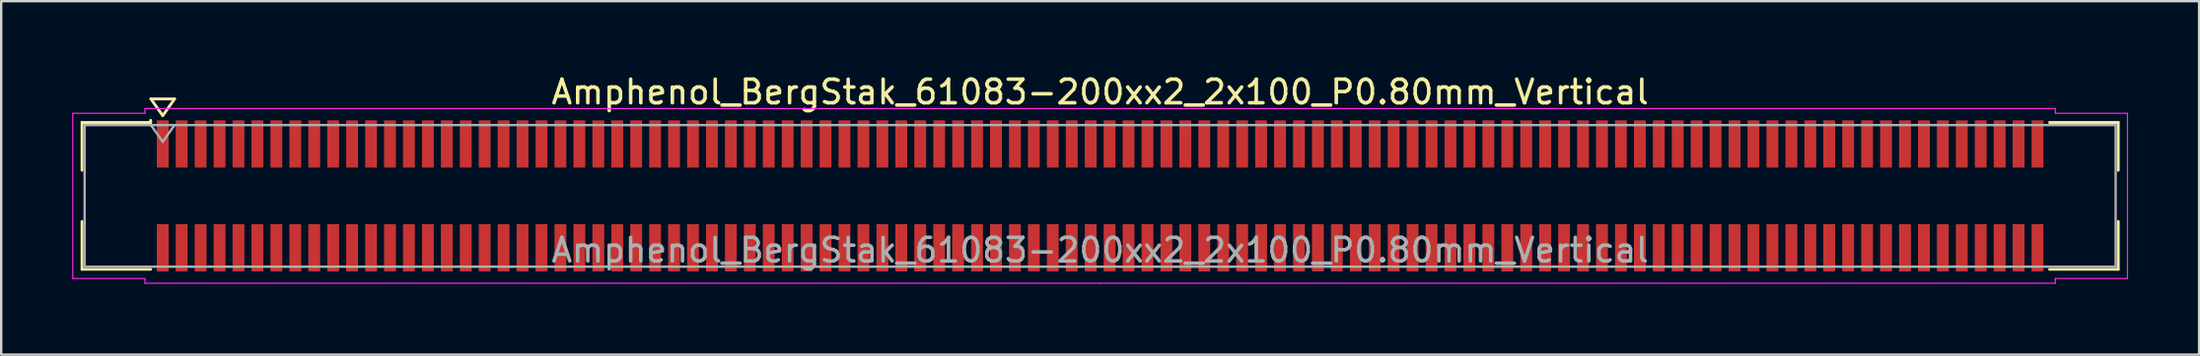
<source format=kicad_pcb>
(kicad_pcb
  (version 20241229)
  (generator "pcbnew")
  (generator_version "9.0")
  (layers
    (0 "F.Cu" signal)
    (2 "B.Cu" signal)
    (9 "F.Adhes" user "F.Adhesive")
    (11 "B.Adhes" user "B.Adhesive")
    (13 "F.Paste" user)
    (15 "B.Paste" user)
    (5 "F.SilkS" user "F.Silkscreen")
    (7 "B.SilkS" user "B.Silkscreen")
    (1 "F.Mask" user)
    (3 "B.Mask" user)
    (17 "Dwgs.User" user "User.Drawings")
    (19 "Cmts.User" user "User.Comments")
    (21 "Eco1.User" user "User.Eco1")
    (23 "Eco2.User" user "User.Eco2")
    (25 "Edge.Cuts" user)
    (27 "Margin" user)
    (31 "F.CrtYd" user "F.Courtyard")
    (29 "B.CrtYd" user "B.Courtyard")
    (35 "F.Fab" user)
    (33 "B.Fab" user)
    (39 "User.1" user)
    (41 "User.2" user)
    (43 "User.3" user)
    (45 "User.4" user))
  (footprint "Amphenol_BergStak_61083-200xx2_2x100_P0.80mm_Vertical"
    (layer "F.Cu")
    (at 43.425 5.248)
    (property "Reference" "Amphenol_BergStak_61083-200xx2_2x100_P0.80mm_Vertical" (at 0 -4.4 0) (layer "F.SilkS") (effects (font (size 1 1) (thickness 0.15))))
    (attr smd)
    (fp_line (start -43.01 -3.11) (end -40.11 -3.11) (stroke (width 0.12) (type solid)) (layer "F.SilkS"))
    (fp_line (start -43.01 -1.085) (end -43.01 -3.11) (stroke (width 0.12) (type solid)) (layer "F.SilkS"))
    (fp_line (start -43.01 1.085) (end -43.01 3.11) (stroke (width 0.12) (type solid)) (layer "F.SilkS"))
    (fp_line (start -43.01 3.11) (end -40.11 3.11) (stroke (width 0.12) (type solid)) (layer "F.SilkS"))
    (fp_line (start -40.11 -3.11) (end -40.11 -3.2) (stroke (width 0.12) (type solid)) (layer "F.SilkS"))
    (fp_line (start -40.1 -4.107) (end -39.6 -3.4) (stroke (width 0.12) (type solid)) (layer "F.SilkS"))
    (fp_line (start -39.6 -3.4) (end -39.1 -4.107) (stroke (width 0.12) (type solid)) (layer "F.SilkS"))
    (fp_line (start -39.1 -4.107) (end -40.1 -4.107) (stroke (width 0.12) (type solid)) (layer "F.SilkS"))
    (fp_line (start 43.01 -3.11) (end 40.11 -3.11) (stroke (width 0.12) (type solid)) (layer "F.SilkS"))
    (fp_line (start 43.01 -1.085) (end 43.01 -3.11) (stroke (width 0.12) (type solid)) (layer "F.SilkS"))
    (fp_line (start 43.01 1.085) (end 43.01 3.11) (stroke (width 0.12) (type solid)) (layer "F.SilkS"))
    (fp_line (start 43.01 3.11) (end 40.11 3.11) (stroke (width 0.12) (type solid)) (layer "F.SilkS"))
    (fp_line (start -43.4 -3.5) (end -43.4 3.5) (stroke (width 0.05) (type solid)) (layer "F.CrtYd"))
    (fp_line (start -43.4 3.5) (end -40.35 3.5) (stroke (width 0.05) (type solid)) (layer "F.CrtYd"))
    (fp_line (start -40.35 -3.7) (end -40.35 -3.5) (stroke (width 0.05) (type solid)) (layer "F.CrtYd"))
    (fp_line (start -40.35 -3.5) (end -43.4 -3.5) (stroke (width 0.05) (type solid)) (layer "F.CrtYd"))
    (fp_line (start -40.35 3.5) (end -40.35 3.7) (stroke (width 0.05) (type solid)) (layer "F.CrtYd"))
    (fp_line (start -40.35 3.7) (end 0 3.7) (stroke (width 0.05) (type solid)) (layer "F.CrtYd"))
    (fp_line (start 0 -3.7) (end -40.35 -3.7) (stroke (width 0.05) (type solid)) (layer "F.CrtYd"))
    (fp_line (start 0 -3.7) (end 40.35 -3.7) (stroke (width 0.05) (type solid)) (layer "F.CrtYd"))
    (fp_line (start 40.35 -3.7) (end 40.35 -3.5) (stroke (width 0.05) (type solid)) (layer "F.CrtYd"))
    (fp_line (start 40.35 -3.5) (end 43.4 -3.5) (stroke (width 0.05) (type solid)) (layer "F.CrtYd"))
    (fp_line (start 40.35 3.5) (end 40.35 3.7) (stroke (width 0.05) (type solid)) (layer "F.CrtYd"))
    (fp_line (start 40.35 3.7) (end 0 3.7) (stroke (width 0.05) (type solid)) (layer "F.CrtYd"))
    (fp_line (start 43.4 -3.5) (end 43.4 3.5) (stroke (width 0.05) (type solid)) (layer "F.CrtYd"))
    (fp_line (start 43.4 3.5) (end 40.35 3.5) (stroke (width 0.05) (type solid)) (layer "F.CrtYd"))
    (fp_line (start -42.9 -3) (end -42.9 3) (stroke (width 0.1) (type solid)) (layer "F.Fab"))
    (fp_line (start -42.9 3) (end 42.9 3) (stroke (width 0.1) (type solid)) (layer "F.Fab"))
    (fp_line (start -40.1 -3) (end -39.6 -2.293) (stroke (width 0.1) (type solid)) (layer "F.Fab"))
    (fp_line (start -39.6 -2.293) (end -39.1 -3) (stroke (width 0.1) (type solid)) (layer "F.Fab"))
    (fp_line (start 42.9 -3) (end -42.9 -3) (stroke (width 0.1) (type solid)) (layer "F.Fab"))
    (fp_line (start 42.9 3) (end 42.9 -3) (stroke (width 0.1) (type solid)) (layer "F.Fab"))
    (fp_text user "${REFERENCE}" (at 0 2.3 0) (layer "F.Fab") (effects (font (size 1 1) (thickness 0.15))))
    (pad "1" smd rect (at -39.6 -2.2) (size 0.5 2) (layers "F.Cu" "F.Mask" "F.Paste"))
    (pad "2" smd rect (at -39.6 2.2) (size 0.5 2) (layers "F.Cu" "F.Mask" "F.Paste"))
    (pad "3" smd rect (at -38.8 -2.2) (size 0.5 2) (layers "F.Cu" "F.Mask" "F.Paste"))
    (pad "4" smd rect (at -38.8 2.2) (size 0.5 2) (layers "F.Cu" "F.Mask" "F.Paste"))
    (pad "5" smd rect (at -38 -2.2) (size 0.5 2) (layers "F.Cu" "F.Mask" "F.Paste"))
    (pad "6" smd rect (at -38 2.2) (size 0.5 2) (layers "F.Cu" "F.Mask" "F.Paste"))
    (pad "7" smd rect (at -37.2 -2.2) (size 0.5 2) (layers "F.Cu" "F.Mask" "F.Paste"))
    (pad "8" smd rect (at -37.2 2.2) (size 0.5 2) (layers "F.Cu" "F.Mask" "F.Paste"))
    (pad "9" smd rect (at -36.4 -2.2) (size 0.5 2) (layers "F.Cu" "F.Mask" "F.Paste"))
    (pad "10" smd rect (at -36.4 2.2) (size 0.5 2) (layers "F.Cu" "F.Mask" "F.Paste"))
    (pad "11" smd rect (at -35.6 -2.2) (size 0.5 2) (layers "F.Cu" "F.Mask" "F.Paste"))
    (pad "12" smd rect (at -35.6 2.2) (size 0.5 2) (layers "F.Cu" "F.Mask" "F.Paste"))
    (pad "13" smd rect (at -34.8 -2.2) (size 0.5 2) (layers "F.Cu" "F.Mask" "F.Paste"))
    (pad "14" smd rect (at -34.8 2.2) (size 0.5 2) (layers "F.Cu" "F.Mask" "F.Paste"))
    (pad "15" smd rect (at -34 -2.2) (size 0.5 2) (layers "F.Cu" "F.Mask" "F.Paste"))
    (pad "16" smd rect (at -34 2.2) (size 0.5 2) (layers "F.Cu" "F.Mask" "F.Paste"))
    (pad "17" smd rect (at -33.2 -2.2) (size 0.5 2) (layers "F.Cu" "F.Mask" "F.Paste"))
    (pad "18" smd rect (at -33.2 2.2) (size 0.5 2) (layers "F.Cu" "F.Mask" "F.Paste"))
    (pad "19" smd rect (at -32.4 -2.2) (size 0.5 2) (layers "F.Cu" "F.Mask" "F.Paste"))
    (pad "20" smd rect (at -32.4 2.2) (size 0.5 2) (layers "F.Cu" "F.Mask" "F.Paste"))
    (pad "21" smd rect (at -31.6 -2.2) (size 0.5 2) (layers "F.Cu" "F.Mask" "F.Paste"))
    (pad "22" smd rect (at -31.6 2.2) (size 0.5 2) (layers "F.Cu" "F.Mask" "F.Paste"))
    (pad "23" smd rect (at -30.8 -2.2) (size 0.5 2) (layers "F.Cu" "F.Mask" "F.Paste"))
    (pad "24" smd rect (at -30.8 2.2) (size 0.5 2) (layers "F.Cu" "F.Mask" "F.Paste"))
    (pad "25" smd rect (at -30 -2.2) (size 0.5 2) (layers "F.Cu" "F.Mask" "F.Paste"))
    (pad "26" smd rect (at -30 2.2) (size 0.5 2) (layers "F.Cu" "F.Mask" "F.Paste"))
    (pad "27" smd rect (at -29.2 -2.2) (size 0.5 2) (layers "F.Cu" "F.Mask" "F.Paste"))
    (pad "28" smd rect (at -29.2 2.2) (size 0.5 2) (layers "F.Cu" "F.Mask" "F.Paste"))
    (pad "29" smd rect (at -28.4 -2.2) (size 0.5 2) (layers "F.Cu" "F.Mask" "F.Paste"))
    (pad "30" smd rect (at -28.4 2.2) (size 0.5 2) (layers "F.Cu" "F.Mask" "F.Paste"))
    (pad "31" smd rect (at -27.6 -2.2) (size 0.5 2) (layers "F.Cu" "F.Mask" "F.Paste"))
    (pad "32" smd rect (at -27.6 2.2) (size 0.5 2) (layers "F.Cu" "F.Mask" "F.Paste"))
    (pad "33" smd rect (at -26.8 -2.2) (size 0.5 2) (layers "F.Cu" "F.Mask" "F.Paste"))
    (pad "34" smd rect (at -26.8 2.2) (size 0.5 2) (layers "F.Cu" "F.Mask" "F.Paste"))
    (pad "35" smd rect (at -26 -2.2) (size 0.5 2) (layers "F.Cu" "F.Mask" "F.Paste"))
    (pad "36" smd rect (at -26 2.2) (size 0.5 2) (layers "F.Cu" "F.Mask" "F.Paste"))
    (pad "37" smd rect (at -25.2 -2.2) (size 0.5 2) (layers "F.Cu" "F.Mask" "F.Paste"))
    (pad "38" smd rect (at -25.2 2.2) (size 0.5 2) (layers "F.Cu" "F.Mask" "F.Paste"))
    (pad "39" smd rect (at -24.4 -2.2) (size 0.5 2) (layers "F.Cu" "F.Mask" "F.Paste"))
    (pad "40" smd rect (at -24.4 2.2) (size 0.5 2) (layers "F.Cu" "F.Mask" "F.Paste"))
    (pad "41" smd rect (at -23.6 -2.2) (size 0.5 2) (layers "F.Cu" "F.Mask" "F.Paste"))
    (pad "42" smd rect (at -23.6 2.2) (size 0.5 2) (layers "F.Cu" "F.Mask" "F.Paste"))
    (pad "43" smd rect (at -22.8 -2.2) (size 0.5 2) (layers "F.Cu" "F.Mask" "F.Paste"))
    (pad "44" smd rect (at -22.8 2.2) (size 0.5 2) (layers "F.Cu" "F.Mask" "F.Paste"))
    (pad "45" smd rect (at -22 -2.2) (size 0.5 2) (layers "F.Cu" "F.Mask" "F.Paste"))
    (pad "46" smd rect (at -22 2.2) (size 0.5 2) (layers "F.Cu" "F.Mask" "F.Paste"))
    (pad "47" smd rect (at -21.2 -2.2) (size 0.5 2) (layers "F.Cu" "F.Mask" "F.Paste"))
    (pad "48" smd rect (at -21.2 2.2) (size 0.5 2) (layers "F.Cu" "F.Mask" "F.Paste"))
    (pad "49" smd rect (at -20.4 -2.2) (size 0.5 2) (layers "F.Cu" "F.Mask" "F.Paste"))
    (pad "50" smd rect (at -20.4 2.2) (size 0.5 2) (layers "F.Cu" "F.Mask" "F.Paste"))
    (pad "51" smd rect (at -19.6 -2.2) (size 0.5 2) (layers "F.Cu" "F.Mask" "F.Paste"))
    (pad "52" smd rect (at -19.6 2.2) (size 0.5 2) (layers "F.Cu" "F.Mask" "F.Paste"))
    (pad "53" smd rect (at -18.8 -2.2) (size 0.5 2) (layers "F.Cu" "F.Mask" "F.Paste"))
    (pad "54" smd rect (at -18.8 2.2) (size 0.5 2) (layers "F.Cu" "F.Mask" "F.Paste"))
    (pad "55" smd rect (at -18 -2.2) (size 0.5 2) (layers "F.Cu" "F.Mask" "F.Paste"))
    (pad "56" smd rect (at -18 2.2) (size 0.5 2) (layers "F.Cu" "F.Mask" "F.Paste"))
    (pad "57" smd rect (at -17.2 -2.2) (size 0.5 2) (layers "F.Cu" "F.Mask" "F.Paste"))
    (pad "58" smd rect (at -17.2 2.2) (size 0.5 2) (layers "F.Cu" "F.Mask" "F.Paste"))
    (pad "59" smd rect (at -16.4 -2.2) (size 0.5 2) (layers "F.Cu" "F.Mask" "F.Paste"))
    (pad "60" smd rect (at -16.4 2.2) (size 0.5 2) (layers "F.Cu" "F.Mask" "F.Paste"))
    (pad "61" smd rect (at -15.6 -2.2) (size 0.5 2) (layers "F.Cu" "F.Mask" "F.Paste"))
    (pad "62" smd rect (at -15.6 2.2) (size 0.5 2) (layers "F.Cu" "F.Mask" "F.Paste"))
    (pad "63" smd rect (at -14.8 -2.2) (size 0.5 2) (layers "F.Cu" "F.Mask" "F.Paste"))
    (pad "64" smd rect (at -14.8 2.2) (size 0.5 2) (layers "F.Cu" "F.Mask" "F.Paste"))
    (pad "65" smd rect (at -14 -2.2) (size 0.5 2) (layers "F.Cu" "F.Mask" "F.Paste"))
    (pad "66" smd rect (at -14 2.2) (size 0.5 2) (layers "F.Cu" "F.Mask" "F.Paste"))
    (pad "67" smd rect (at -13.2 -2.2) (size 0.5 2) (layers "F.Cu" "F.Mask" "F.Paste"))
    (pad "68" smd rect (at -13.2 2.2) (size 0.5 2) (layers "F.Cu" "F.Mask" "F.Paste"))
    (pad "69" smd rect (at -12.4 -2.2) (size 0.5 2) (layers "F.Cu" "F.Mask" "F.Paste"))
    (pad "70" smd rect (at -12.4 2.2) (size 0.5 2) (layers "F.Cu" "F.Mask" "F.Paste"))
    (pad "71" smd rect (at -11.6 -2.2) (size 0.5 2) (layers "F.Cu" "F.Mask" "F.Paste"))
    (pad "72" smd rect (at -11.6 2.2) (size 0.5 2) (layers "F.Cu" "F.Mask" "F.Paste"))
    (pad "73" smd rect (at -10.8 -2.2) (size 0.5 2) (layers "F.Cu" "F.Mask" "F.Paste"))
    (pad "74" smd rect (at -10.8 2.2) (size 0.5 2) (layers "F.Cu" "F.Mask" "F.Paste"))
    (pad "75" smd rect (at -10 -2.2) (size 0.5 2) (layers "F.Cu" "F.Mask" "F.Paste"))
    (pad "76" smd rect (at -10 2.2) (size 0.5 2) (layers "F.Cu" "F.Mask" "F.Paste"))
    (pad "77" smd rect (at -9.2 -2.2) (size 0.5 2) (layers "F.Cu" "F.Mask" "F.Paste"))
    (pad "78" smd rect (at -9.2 2.2) (size 0.5 2) (layers "F.Cu" "F.Mask" "F.Paste"))
    (pad "79" smd rect (at -8.4 -2.2) (size 0.5 2) (layers "F.Cu" "F.Mask" "F.Paste"))
    (pad "80" smd rect (at -8.4 2.2) (size 0.5 2) (layers "F.Cu" "F.Mask" "F.Paste"))
    (pad "81" smd rect (at -7.6 -2.2) (size 0.5 2) (layers "F.Cu" "F.Mask" "F.Paste"))
    (pad "82" smd rect (at -7.6 2.2) (size 0.5 2) (layers "F.Cu" "F.Mask" "F.Paste"))
    (pad "83" smd rect (at -6.8 -2.2) (size 0.5 2) (layers "F.Cu" "F.Mask" "F.Paste"))
    (pad "84" smd rect (at -6.8 2.2) (size 0.5 2) (layers "F.Cu" "F.Mask" "F.Paste"))
    (pad "85" smd rect (at -6 -2.2) (size 0.5 2) (layers "F.Cu" "F.Mask" "F.Paste"))
    (pad "86" smd rect (at -6 2.2) (size 0.5 2) (layers "F.Cu" "F.Mask" "F.Paste"))
    (pad "87" smd rect (at -5.2 -2.2) (size 0.5 2) (layers "F.Cu" "F.Mask" "F.Paste"))
    (pad "88" smd rect (at -5.2 2.2) (size 0.5 2) (layers "F.Cu" "F.Mask" "F.Paste"))
    (pad "89" smd rect (at -4.4 -2.2) (size 0.5 2) (layers "F.Cu" "F.Mask" "F.Paste"))
    (pad "90" smd rect (at -4.4 2.2) (size 0.5 2) (layers "F.Cu" "F.Mask" "F.Paste"))
    (pad "91" smd rect (at -3.6 -2.2) (size 0.5 2) (layers "F.Cu" "F.Mask" "F.Paste"))
    (pad "92" smd rect (at -3.6 2.2) (size 0.5 2) (layers "F.Cu" "F.Mask" "F.Paste"))
    (pad "93" smd rect (at -2.8 -2.2) (size 0.5 2) (layers "F.Cu" "F.Mask" "F.Paste"))
    (pad "94" smd rect (at -2.8 2.2) (size 0.5 2) (layers "F.Cu" "F.Mask" "F.Paste"))
    (pad "95" smd rect (at -2 -2.2) (size 0.5 2) (layers "F.Cu" "F.Mask" "F.Paste"))
    (pad "96" smd rect (at -2 2.2) (size 0.5 2) (layers "F.Cu" "F.Mask" "F.Paste"))
    (pad "97" smd rect (at -1.2 -2.2) (size 0.5 2) (layers "F.Cu" "F.Mask" "F.Paste"))
    (pad "98" smd rect (at -1.2 2.2) (size 0.5 2) (layers "F.Cu" "F.Mask" "F.Paste"))
    (pad "99" smd rect (at -0.4 -2.2) (size 0.5 2) (layers "F.Cu" "F.Mask" "F.Paste"))
    (pad "100" smd rect (at -0.4 2.2) (size 0.5 2) (layers "F.Cu" "F.Mask" "F.Paste"))
    (pad "101" smd rect (at 0.4 -2.2) (size 0.5 2) (layers "F.Cu" "F.Mask" "F.Paste"))
    (pad "102" smd rect (at 0.4 2.2) (size 0.5 2) (layers "F.Cu" "F.Mask" "F.Paste"))
    (pad "103" smd rect (at 1.2 -2.2) (size 0.5 2) (layers "F.Cu" "F.Mask" "F.Paste"))
    (pad "104" smd rect (at 1.2 2.2) (size 0.5 2) (layers "F.Cu" "F.Mask" "F.Paste"))
    (pad "105" smd rect (at 2 -2.2) (size 0.5 2) (layers "F.Cu" "F.Mask" "F.Paste"))
    (pad "106" smd rect (at 2 2.2) (size 0.5 2) (layers "F.Cu" "F.Mask" "F.Paste"))
    (pad "107" smd rect (at 2.8 -2.2) (size 0.5 2) (layers "F.Cu" "F.Mask" "F.Paste"))
    (pad "108" smd rect (at 2.8 2.2) (size 0.5 2) (layers "F.Cu" "F.Mask" "F.Paste"))
    (pad "109" smd rect (at 3.6 -2.2) (size 0.5 2) (layers "F.Cu" "F.Mask" "F.Paste"))
    (pad "110" smd rect (at 3.6 2.2) (size 0.5 2) (layers "F.Cu" "F.Mask" "F.Paste"))
    (pad "111" smd rect (at 4.4 -2.2) (size 0.5 2) (layers "F.Cu" "F.Mask" "F.Paste"))
    (pad "112" smd rect (at 4.4 2.2) (size 0.5 2) (layers "F.Cu" "F.Mask" "F.Paste"))
    (pad "113" smd rect (at 5.2 -2.2) (size 0.5 2) (layers "F.Cu" "F.Mask" "F.Paste"))
    (pad "114" smd rect (at 5.2 2.2) (size 0.5 2) (layers "F.Cu" "F.Mask" "F.Paste"))
    (pad "115" smd rect (at 6 -2.2) (size 0.5 2) (layers "F.Cu" "F.Mask" "F.Paste"))
    (pad "116" smd rect (at 6 2.2) (size 0.5 2) (layers "F.Cu" "F.Mask" "F.Paste"))
    (pad "117" smd rect (at 6.8 -2.2) (size 0.5 2) (layers "F.Cu" "F.Mask" "F.Paste"))
    (pad "118" smd rect (at 6.8 2.2) (size 0.5 2) (layers "F.Cu" "F.Mask" "F.Paste"))
    (pad "119" smd rect (at 7.6 -2.2) (size 0.5 2) (layers "F.Cu" "F.Mask" "F.Paste"))
    (pad "120" smd rect (at 7.6 2.2) (size 0.5 2) (layers "F.Cu" "F.Mask" "F.Paste"))
    (pad "121" smd rect (at 8.4 -2.2) (size 0.5 2) (layers "F.Cu" "F.Mask" "F.Paste"))
    (pad "122" smd rect (at 8.4 2.2) (size 0.5 2) (layers "F.Cu" "F.Mask" "F.Paste"))
    (pad "123" smd rect (at 9.2 -2.2) (size 0.5 2) (layers "F.Cu" "F.Mask" "F.Paste"))
    (pad "124" smd rect (at 9.2 2.2) (size 0.5 2) (layers "F.Cu" "F.Mask" "F.Paste"))
    (pad "125" smd rect (at 10 -2.2) (size 0.5 2) (layers "F.Cu" "F.Mask" "F.Paste"))
    (pad "126" smd rect (at 10 2.2) (size 0.5 2) (layers "F.Cu" "F.Mask" "F.Paste"))
    (pad "127" smd rect (at 10.8 -2.2) (size 0.5 2) (layers "F.Cu" "F.Mask" "F.Paste"))
    (pad "128" smd rect (at 10.8 2.2) (size 0.5 2) (layers "F.Cu" "F.Mask" "F.Paste"))
    (pad "129" smd rect (at 11.6 -2.2) (size 0.5 2) (layers "F.Cu" "F.Mask" "F.Paste"))
    (pad "130" smd rect (at 11.6 2.2) (size 0.5 2) (layers "F.Cu" "F.Mask" "F.Paste"))
    (pad "131" smd rect (at 12.4 -2.2) (size 0.5 2) (layers "F.Cu" "F.Mask" "F.Paste"))
    (pad "132" smd rect (at 12.4 2.2) (size 0.5 2) (layers "F.Cu" "F.Mask" "F.Paste"))
    (pad "133" smd rect (at 13.2 -2.2) (size 0.5 2) (layers "F.Cu" "F.Mask" "F.Paste"))
    (pad "134" smd rect (at 13.2 2.2) (size 0.5 2) (layers "F.Cu" "F.Mask" "F.Paste"))
    (pad "135" smd rect (at 14 -2.2) (size 0.5 2) (layers "F.Cu" "F.Mask" "F.Paste"))
    (pad "136" smd rect (at 14 2.2) (size 0.5 2) (layers "F.Cu" "F.Mask" "F.Paste"))
    (pad "137" smd rect (at 14.8 -2.2) (size 0.5 2) (layers "F.Cu" "F.Mask" "F.Paste"))
    (pad "138" smd rect (at 14.8 2.2) (size 0.5 2) (layers "F.Cu" "F.Mask" "F.Paste"))
    (pad "139" smd rect (at 15.6 -2.2) (size 0.5 2) (layers "F.Cu" "F.Mask" "F.Paste"))
    (pad "140" smd rect (at 15.6 2.2) (size 0.5 2) (layers "F.Cu" "F.Mask" "F.Paste"))
    (pad "141" smd rect (at 16.4 -2.2) (size 0.5 2) (layers "F.Cu" "F.Mask" "F.Paste"))
    (pad "142" smd rect (at 16.4 2.2) (size 0.5 2) (layers "F.Cu" "F.Mask" "F.Paste"))
    (pad "143" smd rect (at 17.2 -2.2) (size 0.5 2) (layers "F.Cu" "F.Mask" "F.Paste"))
    (pad "144" smd rect (at 17.2 2.2) (size 0.5 2) (layers "F.Cu" "F.Mask" "F.Paste"))
    (pad "145" smd rect (at 18 -2.2) (size 0.5 2) (layers "F.Cu" "F.Mask" "F.Paste"))
    (pad "146" smd rect (at 18 2.2) (size 0.5 2) (layers "F.Cu" "F.Mask" "F.Paste"))
    (pad "147" smd rect (at 18.8 -2.2) (size 0.5 2) (layers "F.Cu" "F.Mask" "F.Paste"))
    (pad "148" smd rect (at 18.8 2.2) (size 0.5 2) (layers "F.Cu" "F.Mask" "F.Paste"))
    (pad "149" smd rect (at 19.6 -2.2) (size 0.5 2) (layers "F.Cu" "F.Mask" "F.Paste"))
    (pad "150" smd rect (at 19.6 2.2) (size 0.5 2) (layers "F.Cu" "F.Mask" "F.Paste"))
    (pad "151" smd rect (at 20.4 -2.2) (size 0.5 2) (layers "F.Cu" "F.Mask" "F.Paste"))
    (pad "152" smd rect (at 20.4 2.2) (size 0.5 2) (layers "F.Cu" "F.Mask" "F.Paste"))
    (pad "153" smd rect (at 21.2 -2.2) (size 0.5 2) (layers "F.Cu" "F.Mask" "F.Paste"))
    (pad "154" smd rect (at 21.2 2.2) (size 0.5 2) (layers "F.Cu" "F.Mask" "F.Paste"))
    (pad "155" smd rect (at 22 -2.2) (size 0.5 2) (layers "F.Cu" "F.Mask" "F.Paste"))
    (pad "156" smd rect (at 22 2.2) (size 0.5 2) (layers "F.Cu" "F.Mask" "F.Paste"))
    (pad "157" smd rect (at 22.8 -2.2) (size 0.5 2) (layers "F.Cu" "F.Mask" "F.Paste"))
    (pad "158" smd rect (at 22.8 2.2) (size 0.5 2) (layers "F.Cu" "F.Mask" "F.Paste"))
    (pad "159" smd rect (at 23.6 -2.2) (size 0.5 2) (layers "F.Cu" "F.Mask" "F.Paste"))
    (pad "160" smd rect (at 23.6 2.2) (size 0.5 2) (layers "F.Cu" "F.Mask" "F.Paste"))
    (pad "161" smd rect (at 24.4 -2.2) (size 0.5 2) (layers "F.Cu" "F.Mask" "F.Paste"))
    (pad "162" smd rect (at 24.4 2.2) (size 0.5 2) (layers "F.Cu" "F.Mask" "F.Paste"))
    (pad "163" smd rect (at 25.2 -2.2) (size 0.5 2) (layers "F.Cu" "F.Mask" "F.Paste"))
    (pad "164" smd rect (at 25.2 2.2) (size 0.5 2) (layers "F.Cu" "F.Mask" "F.Paste"))
    (pad "165" smd rect (at 26 -2.2) (size 0.5 2) (layers "F.Cu" "F.Mask" "F.Paste"))
    (pad "166" smd rect (at 26 2.2) (size 0.5 2) (layers "F.Cu" "F.Mask" "F.Paste"))
    (pad "167" smd rect (at 26.8 -2.2) (size 0.5 2) (layers "F.Cu" "F.Mask" "F.Paste"))
    (pad "168" smd rect (at 26.8 2.2) (size 0.5 2) (layers "F.Cu" "F.Mask" "F.Paste"))
    (pad "169" smd rect (at 27.6 -2.2) (size 0.5 2) (layers "F.Cu" "F.Mask" "F.Paste"))
    (pad "170" smd rect (at 27.6 2.2) (size 0.5 2) (layers "F.Cu" "F.Mask" "F.Paste"))
    (pad "171" smd rect (at 28.4 -2.2) (size 0.5 2) (layers "F.Cu" "F.Mask" "F.Paste"))
    (pad "172" smd rect (at 28.4 2.2) (size 0.5 2) (layers "F.Cu" "F.Mask" "F.Paste"))
    (pad "173" smd rect (at 29.2 -2.2) (size 0.5 2) (layers "F.Cu" "F.Mask" "F.Paste"))
    (pad "174" smd rect (at 29.2 2.2) (size 0.5 2) (layers "F.Cu" "F.Mask" "F.Paste"))
    (pad "175" smd rect (at 30 -2.2) (size 0.5 2) (layers "F.Cu" "F.Mask" "F.Paste"))
    (pad "176" smd rect (at 30 2.2) (size 0.5 2) (layers "F.Cu" "F.Mask" "F.Paste"))
    (pad "177" smd rect (at 30.8 -2.2) (size 0.5 2) (layers "F.Cu" "F.Mask" "F.Paste"))
    (pad "178" smd rect (at 30.8 2.2) (size 0.5 2) (layers "F.Cu" "F.Mask" "F.Paste"))
    (pad "179" smd rect (at 31.6 -2.2) (size 0.5 2) (layers "F.Cu" "F.Mask" "F.Paste"))
    (pad "180" smd rect (at 31.6 2.2) (size 0.5 2) (layers "F.Cu" "F.Mask" "F.Paste"))
    (pad "181" smd rect (at 32.4 -2.2) (size 0.5 2) (layers "F.Cu" "F.Mask" "F.Paste"))
    (pad "182" smd rect (at 32.4 2.2) (size 0.5 2) (layers "F.Cu" "F.Mask" "F.Paste"))
    (pad "183" smd rect (at 33.2 -2.2) (size 0.5 2) (layers "F.Cu" "F.Mask" "F.Paste"))
    (pad "184" smd rect (at 33.2 2.2) (size 0.5 2) (layers "F.Cu" "F.Mask" "F.Paste"))
    (pad "185" smd rect (at 34 -2.2) (size 0.5 2) (layers "F.Cu" "F.Mask" "F.Paste"))
    (pad "186" smd rect (at 34 2.2) (size 0.5 2) (layers "F.Cu" "F.Mask" "F.Paste"))
    (pad "187" smd rect (at 34.8 -2.2) (size 0.5 2) (layers "F.Cu" "F.Mask" "F.Paste"))
    (pad "188" smd rect (at 34.8 2.2) (size 0.5 2) (layers "F.Cu" "F.Mask" "F.Paste"))
    (pad "189" smd rect (at 35.6 -2.2) (size 0.5 2) (layers "F.Cu" "F.Mask" "F.Paste"))
    (pad "190" smd rect (at 35.6 2.2) (size 0.5 2) (layers "F.Cu" "F.Mask" "F.Paste"))
    (pad "191" smd rect (at 36.4 -2.2) (size 0.5 2) (layers "F.Cu" "F.Mask" "F.Paste"))
    (pad "192" smd rect (at 36.4 2.2) (size 0.5 2) (layers "F.Cu" "F.Mask" "F.Paste"))
    (pad "193" smd rect (at 37.2 -2.2) (size 0.5 2) (layers "F.Cu" "F.Mask" "F.Paste"))
    (pad "194" smd rect (at 37.2 2.2) (size 0.5 2) (layers "F.Cu" "F.Mask" "F.Paste"))
    (pad "195" smd rect (at 38 -2.2) (size 0.5 2) (layers "F.Cu" "F.Mask" "F.Paste"))
    (pad "196" smd rect (at 38 2.2) (size 0.5 2) (layers "F.Cu" "F.Mask" "F.Paste"))
    (pad "197" smd rect (at 38.8 -2.2) (size 0.5 2) (layers "F.Cu" "F.Mask" "F.Paste"))
    (pad "198" smd rect (at 38.8 2.2) (size 0.5 2) (layers "F.Cu" "F.Mask" "F.Paste"))
    (pad "199" smd rect (at 39.6 -2.2) (size 0.5 2) (layers "F.Cu" "F.Mask" "F.Paste"))
    (pad "200" smd rect (at 39.6 2.2) (size 0.5 2) (layers "F.Cu" "F.Mask" "F.Paste")))
  (gr_rect
    (start -3 -3)
    (end 89.85 11.973)
    (stroke (width 0.1) (type default))
    (fill no)
    (layer "Edge.Cuts")))
</source>
